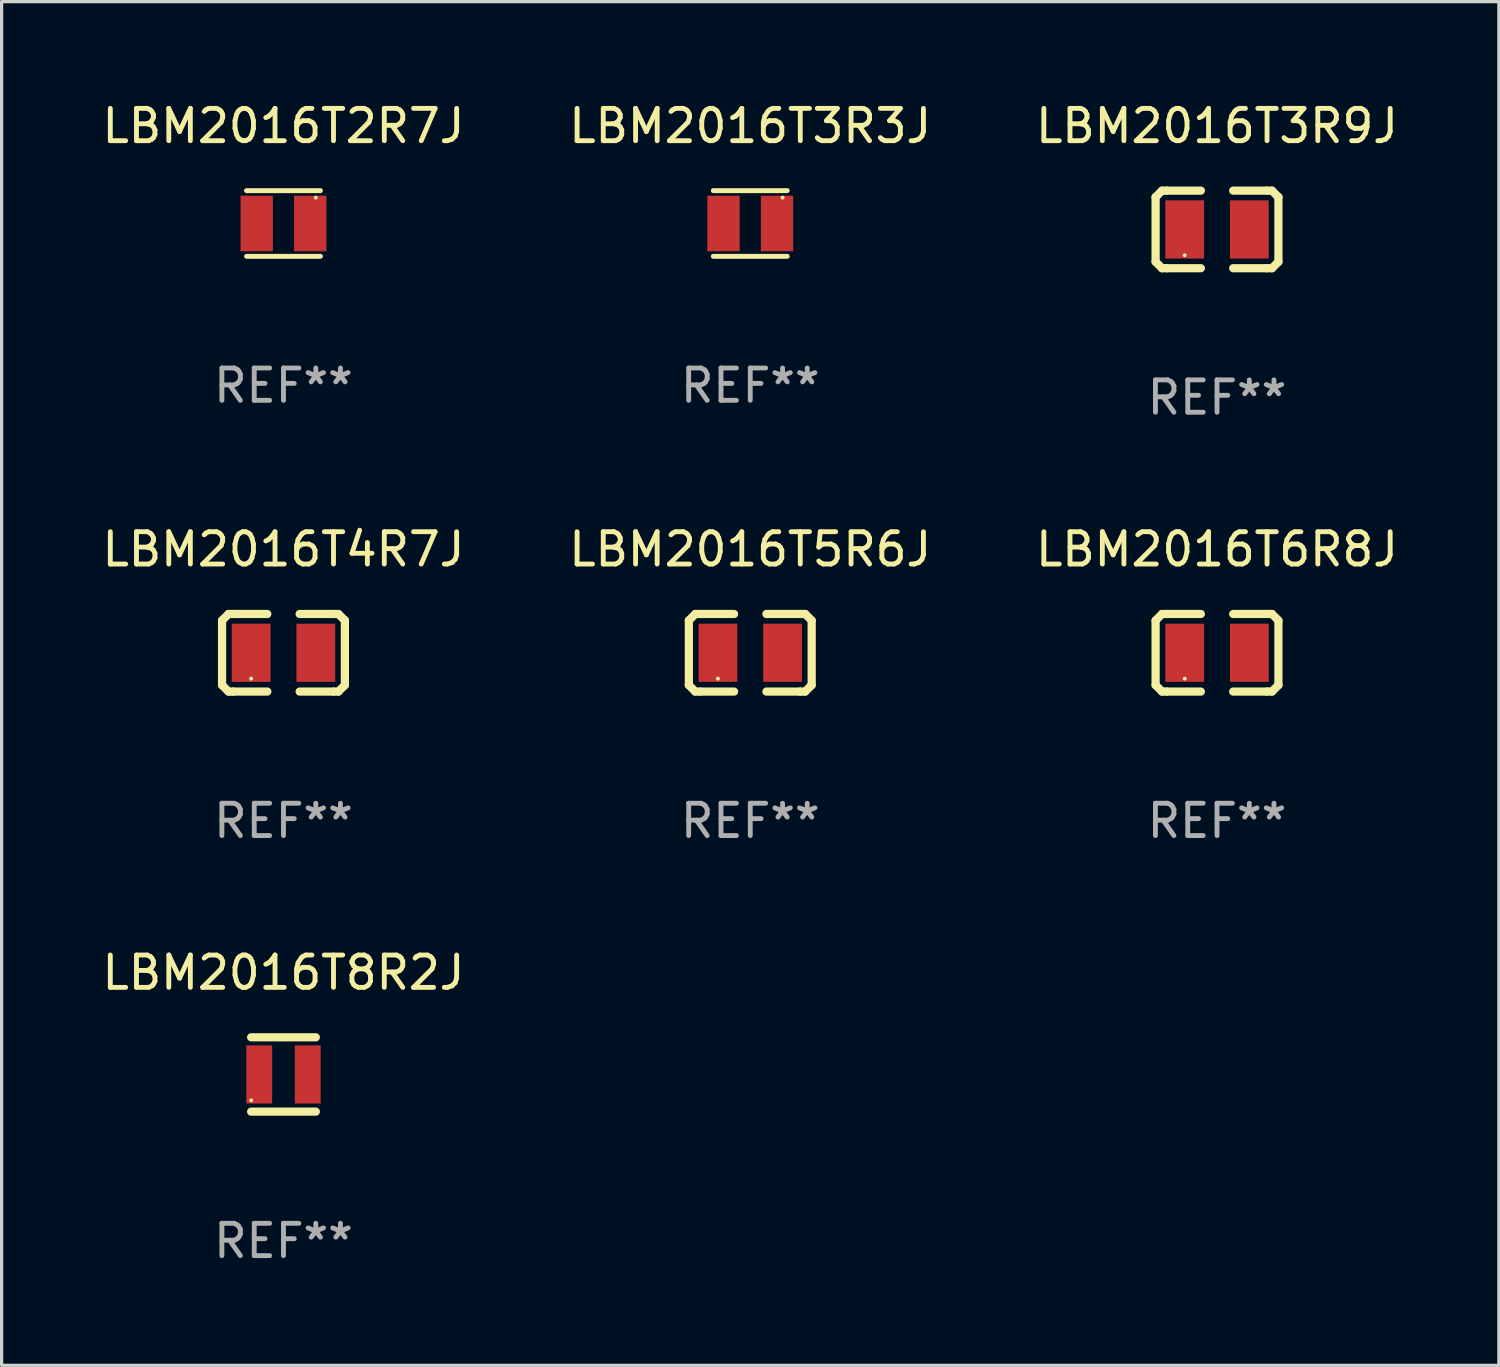
<source format=kicad_pcb>
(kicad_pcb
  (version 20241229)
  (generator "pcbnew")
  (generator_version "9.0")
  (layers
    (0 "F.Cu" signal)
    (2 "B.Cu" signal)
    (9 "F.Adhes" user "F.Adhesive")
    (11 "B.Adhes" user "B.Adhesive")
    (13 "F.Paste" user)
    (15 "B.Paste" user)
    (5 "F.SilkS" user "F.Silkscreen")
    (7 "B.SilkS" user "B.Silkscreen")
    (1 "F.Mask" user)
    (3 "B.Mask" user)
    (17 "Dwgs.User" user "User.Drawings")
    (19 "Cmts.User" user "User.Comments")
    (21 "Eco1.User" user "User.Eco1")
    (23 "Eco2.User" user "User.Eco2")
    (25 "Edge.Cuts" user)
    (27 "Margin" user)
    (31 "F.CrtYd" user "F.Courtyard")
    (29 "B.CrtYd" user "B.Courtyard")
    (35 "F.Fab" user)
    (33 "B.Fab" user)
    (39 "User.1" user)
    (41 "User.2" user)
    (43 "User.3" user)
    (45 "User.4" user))
  (footprint "LBM2016T8R2J"
    (layer "F.Cu")
    (at 5.72 30.191)
    (property "Reference" "LBM2016T8R2J" (at 0 -3.15 0) (layer "F.SilkS") (effects (font (size 1 1) (thickness 0.15))))
    (attr through_hole)
    (fp_line (start -1 -1.15) (end 1 -1.15) (stroke (width 0.254) (type solid)) (layer "F.SilkS"))
    (fp_line (start 1 1.15) (end -1 1.15) (stroke (width 0.254) (type solid)) (layer "F.SilkS"))
    (fp_circle (center -1 0.8) (end -0.97 0.8) (stroke (width 0.06) (type solid)) (fill no) (layer "F.SilkS"))
    (fp_text user "REF**" (at 0 5.15 0) (layer "F.Fab") (effects (font (size 1 1) (thickness 0.15))))
    (pad "1" smd rect (at -0.75 0 90) (size 1.8 0.8) (layers "F.Cu" "F.Mask" "F.Paste"))
    (pad "2" smd rect (at 0.75 0 90) (size 1.8 0.8) (layers "F.Cu" "F.Mask" "F.Paste")))
  (footprint "LBM2016T3R9J"
    (layer "F.Cu")
    (at 34.601 4.048)
    (property "Reference" "LBM2016T3R9J" (at 0 -3.2 0) (layer "F.SilkS") (effects (font (size 1 1) (thickness 0.15))))
    (attr through_hole)
    (fp_line (start -1.9 -1) (end -1.9 1) (stroke (width 0.254) (type solid)) (layer "F.SilkS"))
    (fp_line (start -1.7 -1.2) (end -1.9 -1) (stroke (width 0.254) (type solid)) (layer "F.SilkS"))
    (fp_line (start -1.7 1.2) (end -1.9 1) (stroke (width 0.254) (type solid)) (layer "F.SilkS"))
    (fp_line (start -1.55 -1.2) (end -1.7 -1.2) (stroke (width 0.254) (type solid)) (layer "F.SilkS"))
    (fp_line (start -1.55 1.2) (end -1.7 1.2) (stroke (width 0.254) (type solid)) (layer "F.SilkS"))
    (fp_line (start -0.5 -1.2) (end -1.55 -1.2) (stroke (width 0.254) (type solid)) (layer "F.SilkS"))
    (fp_line (start -0.5 1.2) (end -1.55 1.2) (stroke (width 0.254) (type solid)) (layer "F.SilkS"))
    (fp_line (start 0.5 -1.2) (end 1.55 -1.2) (stroke (width 0.254) (type solid)) (layer "F.SilkS"))
    (fp_line (start 0.5 1.2) (end 1.55 1.2) (stroke (width 0.254) (type solid)) (layer "F.SilkS"))
    (fp_line (start 1.55 -1.2) (end 1.7 -1.2) (stroke (width 0.254) (type solid)) (layer "F.SilkS"))
    (fp_line (start 1.55 1.2) (end 1.7 1.2) (stroke (width 0.254) (type solid)) (layer "F.SilkS"))
    (fp_line (start 1.7 -1.2) (end 1.9 -1) (stroke (width 0.254) (type solid)) (layer "F.SilkS"))
    (fp_line (start 1.7 1.2) (end 1.9 1) (stroke (width 0.254) (type solid)) (layer "F.SilkS"))
    (fp_line (start 1.9 -1) (end 1.9 1) (stroke (width 0.254) (type solid)) (layer "F.SilkS"))
    (fp_circle (center -1 0.8) (end -0.97 0.8) (stroke (width 0.06) (type solid)) (fill no) (layer "F.SilkS"))
    (fp_text user "REF**" (at 0 5.2 0) (layer "F.Fab") (effects (font (size 1 1) (thickness 0.15))))
    (pad "1" smd rect (at -1 0) (size 1.2 1.8) (layers "F.Cu" "F.Mask" "F.Paste"))
    (pad "2" smd rect (at 1 0) (size 1.2 1.8) (layers "F.Cu" "F.Mask" "F.Paste")))
  (footprint "LBM2016T4R7J"
    (layer "F.Cu")
    (at 5.72 17.145)
    (property "Reference" "LBM2016T4R7J" (at 0 -3.2 0) (layer "F.SilkS") (effects (font (size 1 1) (thickness 0.15))))
    (attr through_hole)
    (fp_line (start -1.9 -1) (end -1.9 1) (stroke (width 0.254) (type solid)) (layer "F.SilkS"))
    (fp_line (start -1.7 -1.2) (end -1.9 -1) (stroke (width 0.254) (type solid)) (layer "F.SilkS"))
    (fp_line (start -1.7 1.2) (end -1.9 1) (stroke (width 0.254) (type solid)) (layer "F.SilkS"))
    (fp_line (start -1.55 -1.2) (end -1.7 -1.2) (stroke (width 0.254) (type solid)) (layer "F.SilkS"))
    (fp_line (start -1.55 1.2) (end -1.7 1.2) (stroke (width 0.254) (type solid)) (layer "F.SilkS"))
    (fp_line (start -0.5 -1.2) (end -1.55 -1.2) (stroke (width 0.254) (type solid)) (layer "F.SilkS"))
    (fp_line (start -0.5 1.2) (end -1.55 1.2) (stroke (width 0.254) (type solid)) (layer "F.SilkS"))
    (fp_line (start 0.5 -1.2) (end 1.55 -1.2) (stroke (width 0.254) (type solid)) (layer "F.SilkS"))
    (fp_line (start 0.5 1.2) (end 1.55 1.2) (stroke (width 0.254) (type solid)) (layer "F.SilkS"))
    (fp_line (start 1.55 -1.2) (end 1.7 -1.2) (stroke (width 0.254) (type solid)) (layer "F.SilkS"))
    (fp_line (start 1.55 1.2) (end 1.7 1.2) (stroke (width 0.254) (type solid)) (layer "F.SilkS"))
    (fp_line (start 1.7 -1.2) (end 1.9 -1) (stroke (width 0.254) (type solid)) (layer "F.SilkS"))
    (fp_line (start 1.7 1.2) (end 1.9 1) (stroke (width 0.254) (type solid)) (layer "F.SilkS"))
    (fp_line (start 1.9 -1) (end 1.9 1) (stroke (width 0.254) (type solid)) (layer "F.SilkS"))
    (fp_circle (center -1 0.8) (end -0.97 0.8) (stroke (width 0.06) (type solid)) (fill no) (layer "F.SilkS"))
    (fp_text user "REF**" (at 0 5.2 0) (layer "F.Fab") (effects (font (size 1 1) (thickness 0.15))))
    (pad "1" smd rect (at -1 0) (size 1.2 1.8) (layers "F.Cu" "F.Mask" "F.Paste"))
    (pad "2" smd rect (at 1 0) (size 1.2 1.8) (layers "F.Cu" "F.Mask" "F.Paste")))
  (footprint "LBM2016T6R8J"
    (layer "F.Cu")
    (at 34.601 17.145)
    (property "Reference" "LBM2016T6R8J" (at 0 -3.2 0) (layer "F.SilkS") (effects (font (size 1 1) (thickness 0.15))))
    (attr through_hole)
    (fp_line (start -1.9 -1) (end -1.9 1) (stroke (width 0.254) (type solid)) (layer "F.SilkS"))
    (fp_line (start -1.7 -1.2) (end -1.9 -1) (stroke (width 0.254) (type solid)) (layer "F.SilkS"))
    (fp_line (start -1.7 1.2) (end -1.9 1) (stroke (width 0.254) (type solid)) (layer "F.SilkS"))
    (fp_line (start -1.55 -1.2) (end -1.7 -1.2) (stroke (width 0.254) (type solid)) (layer "F.SilkS"))
    (fp_line (start -1.55 1.2) (end -1.7 1.2) (stroke (width 0.254) (type solid)) (layer "F.SilkS"))
    (fp_line (start -0.5 -1.2) (end -1.55 -1.2) (stroke (width 0.254) (type solid)) (layer "F.SilkS"))
    (fp_line (start -0.5 1.2) (end -1.55 1.2) (stroke (width 0.254) (type solid)) (layer "F.SilkS"))
    (fp_line (start 0.5 -1.2) (end 1.55 -1.2) (stroke (width 0.254) (type solid)) (layer "F.SilkS"))
    (fp_line (start 0.5 1.2) (end 1.55 1.2) (stroke (width 0.254) (type solid)) (layer "F.SilkS"))
    (fp_line (start 1.55 -1.2) (end 1.7 -1.2) (stroke (width 0.254) (type solid)) (layer "F.SilkS"))
    (fp_line (start 1.55 1.2) (end 1.7 1.2) (stroke (width 0.254) (type solid)) (layer "F.SilkS"))
    (fp_line (start 1.7 -1.2) (end 1.9 -1) (stroke (width 0.254) (type solid)) (layer "F.SilkS"))
    (fp_line (start 1.7 1.2) (end 1.9 1) (stroke (width 0.254) (type solid)) (layer "F.SilkS"))
    (fp_line (start 1.9 -1) (end 1.9 1) (stroke (width 0.254) (type solid)) (layer "F.SilkS"))
    (fp_circle (center -1 0.8) (end -0.97 0.8) (stroke (width 0.06) (type solid)) (fill no) (layer "F.SilkS"))
    (fp_text user "REF**" (at 0 5.2 0) (layer "F.Fab") (effects (font (size 1 1) (thickness 0.15))))
    (pad "1" smd rect (at -1 0) (size 1.2 1.8) (layers "F.Cu" "F.Mask" "F.Paste"))
    (pad "2" smd rect (at 1 0) (size 1.2 1.8) (layers "F.Cu" "F.Mask" "F.Paste")))
  (footprint "LBM2016T3R3J"
    (layer "F.Cu")
    (at 20.161 3.864)
    (property "Reference" "LBM2016T3R3J" (at 0 -3.016 0) (layer "F.SilkS") (effects (font (size 1 1) (thickness 0.15))))
    (attr through_hole)
    (fp_line (start -1.143 -1.016) (end 1.143 -1.016) (stroke (width 0.152) (type solid)) (layer "F.SilkS"))
    (fp_line (start 1.143 1.016) (end -1.143 1.016) (stroke (width 0.152) (type solid)) (layer "F.SilkS"))
    (fp_circle (center 1 -0.8) (end 1.03 -0.8) (stroke (width 0.06) (type solid)) (fill no) (layer "F.SilkS"))
    (fp_text user "REF**" (at 0 5.016 0) (layer "F.Fab") (effects (font (size 1 1) (thickness 0.15))))
    (pad "1" smd rect (at 0.828 0) (size 1 1.72) (layers "F.Cu" "F.Mask" "F.Paste"))
    (pad "2" smd rect (at -0.828 0) (size 1 1.72) (layers "F.Cu" "F.Mask" "F.Paste")))
  (footprint "LBM2016T2R7J"
    (layer "F.Cu")
    (at 5.72 3.864)
    (property "Reference" "LBM2016T2R7J" (at 0 -3.016 0) (layer "F.SilkS") (effects (font (size 1 1) (thickness 0.15))))
    (attr through_hole)
    (fp_line (start -1.143 -1.016) (end 1.143 -1.016) (stroke (width 0.152) (type solid)) (layer "F.SilkS"))
    (fp_line (start 1.143 1.016) (end -1.143 1.016) (stroke (width 0.152) (type solid)) (layer "F.SilkS"))
    (fp_circle (center 1 -0.8) (end 1.03 -0.8) (stroke (width 0.06) (type solid)) (fill no) (layer "F.SilkS"))
    (fp_text user "REF**" (at 0 5.016 0) (layer "F.Fab") (effects (font (size 1 1) (thickness 0.15))))
    (pad "1" smd rect (at 0.828 0) (size 1 1.72) (layers "F.Cu" "F.Mask" "F.Paste"))
    (pad "2" smd rect (at -0.828 0) (size 1 1.72) (layers "F.Cu" "F.Mask" "F.Paste")))
  (footprint "LBM2016T5R6J"
    (layer "F.Cu")
    (at 20.161 17.145)
    (property "Reference" "LBM2016T5R6J" (at 0 -3.2 0) (layer "F.SilkS") (effects (font (size 1 1) (thickness 0.15))))
    (attr through_hole)
    (fp_line (start -1.9 -1) (end -1.9 1) (stroke (width 0.254) (type solid)) (layer "F.SilkS"))
    (fp_line (start -1.7 -1.2) (end -1.9 -1) (stroke (width 0.254) (type solid)) (layer "F.SilkS"))
    (fp_line (start -1.7 1.2) (end -1.9 1) (stroke (width 0.254) (type solid)) (layer "F.SilkS"))
    (fp_line (start -1.55 -1.2) (end -1.7 -1.2) (stroke (width 0.254) (type solid)) (layer "F.SilkS"))
    (fp_line (start -1.55 1.2) (end -1.7 1.2) (stroke (width 0.254) (type solid)) (layer "F.SilkS"))
    (fp_line (start -0.5 -1.2) (end -1.55 -1.2) (stroke (width 0.254) (type solid)) (layer "F.SilkS"))
    (fp_line (start -0.5 1.2) (end -1.55 1.2) (stroke (width 0.254) (type solid)) (layer "F.SilkS"))
    (fp_line (start 0.5 -1.2) (end 1.55 -1.2) (stroke (width 0.254) (type solid)) (layer "F.SilkS"))
    (fp_line (start 0.5 1.2) (end 1.55 1.2) (stroke (width 0.254) (type solid)) (layer "F.SilkS"))
    (fp_line (start 1.55 -1.2) (end 1.7 -1.2) (stroke (width 0.254) (type solid)) (layer "F.SilkS"))
    (fp_line (start 1.55 1.2) (end 1.7 1.2) (stroke (width 0.254) (type solid)) (layer "F.SilkS"))
    (fp_line (start 1.7 -1.2) (end 1.9 -1) (stroke (width 0.254) (type solid)) (layer "F.SilkS"))
    (fp_line (start 1.7 1.2) (end 1.9 1) (stroke (width 0.254) (type solid)) (layer "F.SilkS"))
    (fp_line (start 1.9 -1) (end 1.9 1) (stroke (width 0.254) (type solid)) (layer "F.SilkS"))
    (fp_circle (center -1 0.8) (end -0.97 0.8) (stroke (width 0.06) (type solid)) (fill no) (layer "F.SilkS"))
    (fp_text user "REF**" (at 0 5.2 0) (layer "F.Fab") (effects (font (size 1 1) (thickness 0.15))))
    (pad "1" smd rect (at -1 0) (size 1.2 1.8) (layers "F.Cu" "F.Mask" "F.Paste"))
    (pad "2" smd rect (at 1 0) (size 1.2 1.8) (layers "F.Cu" "F.Mask" "F.Paste")))
  (gr_rect
    (start -3 -3)
    (end 43.321 39.19)
    (stroke (width 0.1) (type default))
    (fill no)
    (layer "Edge.Cuts")))
</source>
